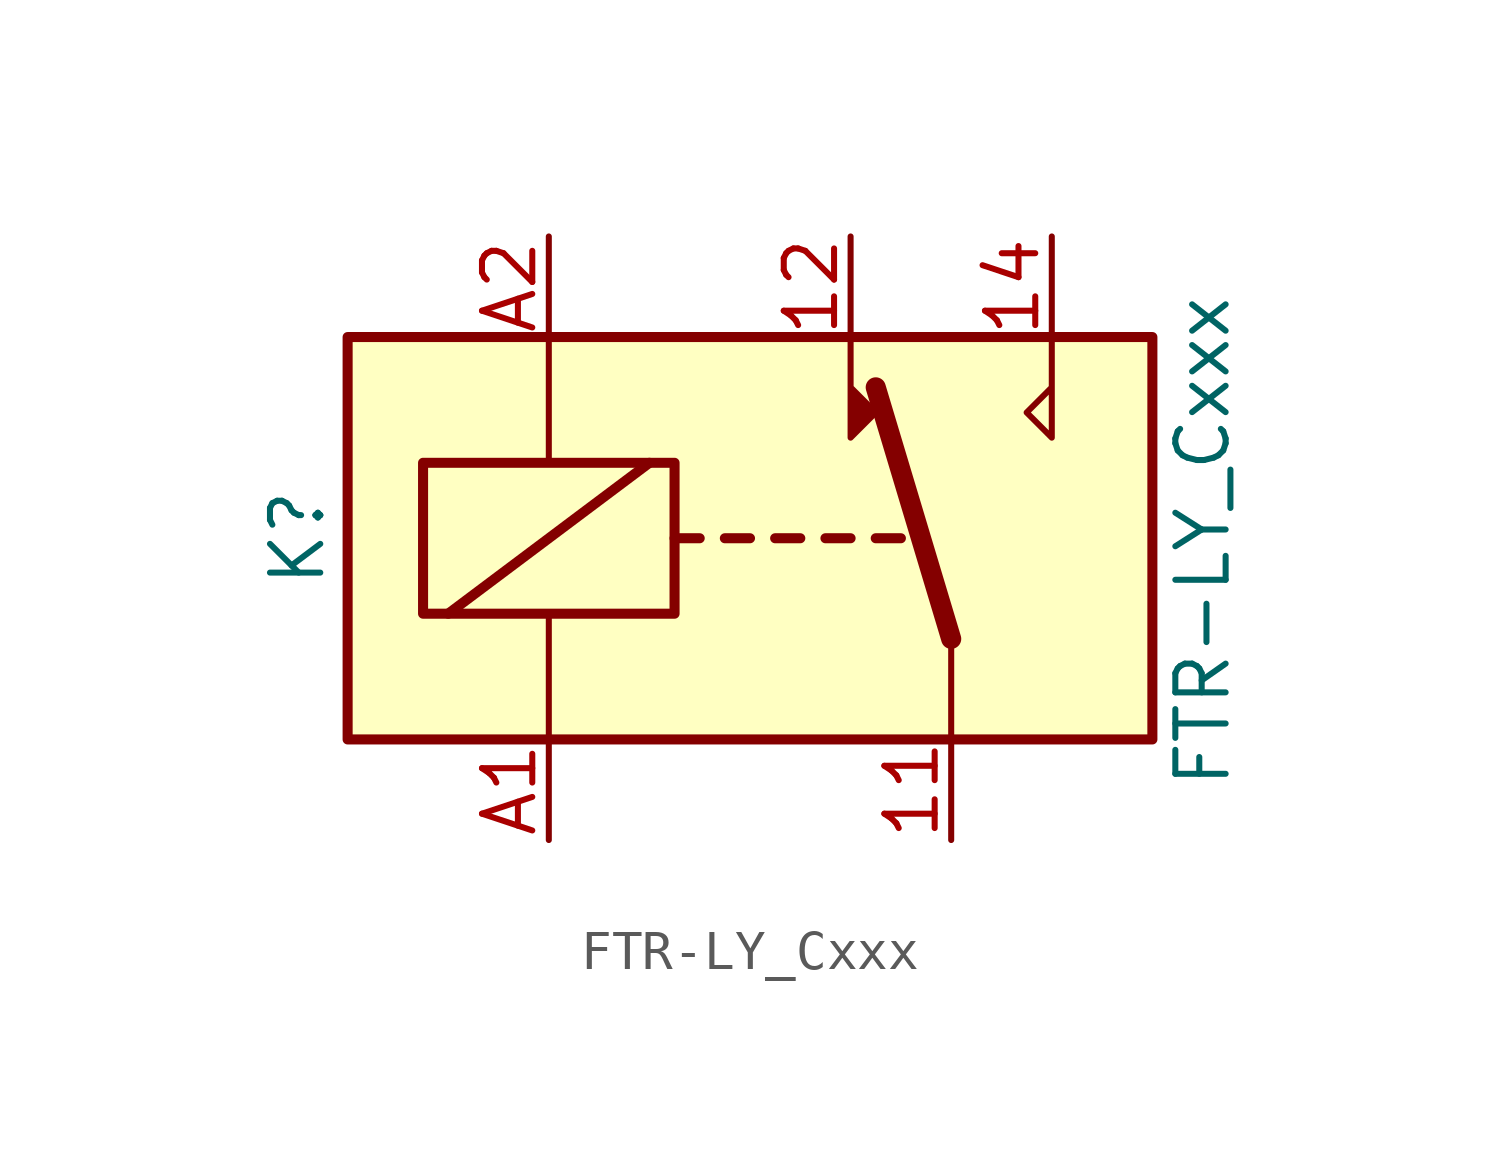
<source format=kicad_sym>
(kicad_symbol_lib
  (version 20211014)
  (generator kicad_symbol_editor)
  (symbol "FTR-LY_Cxxx"
    (property "Reference" "K"
      (at -11.43 -1.27 90)
      (effects (font (size 1.27 1.27)) (justify left)))
    (property "Value" "FTR-LY_Cxxx"
      (at 11.43 -6.35 90)
      (effects (font (size 1.27 1.27)) (justify left)))
    (symbol "FTR-LY_Cxxx_0_0"
      (polyline (pts (xy 2.54 5.08) (xy 2.54 2.54) (xy 3.175 3.175) (xy 2.54 3.81)) (stroke (width 0) (type default) (color 0 0 0 0)) (fill (type outline)))
      (polyline (pts (xy 7.62 5.08) (xy 7.62 2.54) (xy 6.985 3.175) (xy 7.62 3.81)) (stroke (width 0) (type default) (color 0 0 0 0)) (fill (type none))))
    (symbol "FTR-LY_Cxxx_0_1"
      (rectangle (start -10.16 5.08) (end 10.16 -5.08) (stroke (width 0.254) (type default) (color 0 0 0 0)) (fill (type background)))
      (rectangle (start -8.255 1.905) (end -1.905 -1.905) (stroke (width 0.254) (type default) (color 0 0 0 0)) (fill (type none)))
      (polyline (pts (xy -7.62 -1.905) (xy -2.54 1.905)) (stroke (width 0.254) (type default) (color 0 0 0 0)) (fill (type none)))
      (polyline (pts (xy -5.08 -5.08) (xy -5.08 -1.905)) (stroke (width 0) (type default) (color 0 0 0 0)) (fill (type none)))
      (polyline (pts (xy -5.08 5.08) (xy -5.08 1.905)) (stroke (width 0) (type default) (color 0 0 0 0)) (fill (type none)))
      (polyline (pts (xy -1.905 0) (xy -1.27 0)) (stroke (width 0.254) (type default) (color 0 0 0 0)) (fill (type none)))
      (polyline (pts (xy -0.635 0) (xy 0 0)) (stroke (width 0.254) (type default) (color 0 0 0 0)) (fill (type none)))
      (polyline (pts (xy 0.635 0) (xy 1.27 0)) (stroke (width 0.254) (type default) (color 0 0 0 0)) (fill (type none)))
      (polyline (pts (xy 1.905 0) (xy 2.54 0)) (stroke (width 0.254) (type default) (color 0 0 0 0)) (fill (type none)))
      (polyline (pts (xy 3.175 0) (xy 3.81 0)) (stroke (width 0.254) (type default) (color 0 0 0 0)) (fill (type none)))
      (polyline (pts (xy 5.08 -2.54) (xy 3.175 3.81)) (stroke (width 0.508) (type default) (color 0 0 0 0)) (fill (type none)))
      (polyline (pts (xy 5.08 -2.54) (xy 5.08 -5.08)) (stroke (width 0) (type default) (color 0 0 0 0)) (fill (type none))))
    (symbol "FTR-LY_Cxxx_1_1"
      (pin passive line (at 5.08 -7.62 90) (length 2.54) (name "~" (effects (font (size 1.27 1.27)))) (number "11" (effects (font (size 1.27 1.27)))))
      (pin passive line (at 2.54 7.62 270) (length 2.54) (name "~" (effects (font (size 1.27 1.27)))) (number "12" (effects (font (size 1.27 1.27)))))
      (pin passive line (at 7.62 7.62 270) (length 2.54) (name "~" (effects (font (size 1.27 1.27)))) (number "14" (effects (font (size 1.27 1.27)))))
      (pin passive line (at -5.08 -7.62 90) (length 2.54) (name "~" (effects (font (size 1.27 1.27)))) (number "A1" (effects (font (size 1.27 1.27)))))
      (pin passive line (at -5.08 7.62 270) (length 2.54) (name "~" (effects (font (size 1.27 1.27)))) (number "A2" (effects (font (size 1.27 1.27))))))))
</source>
